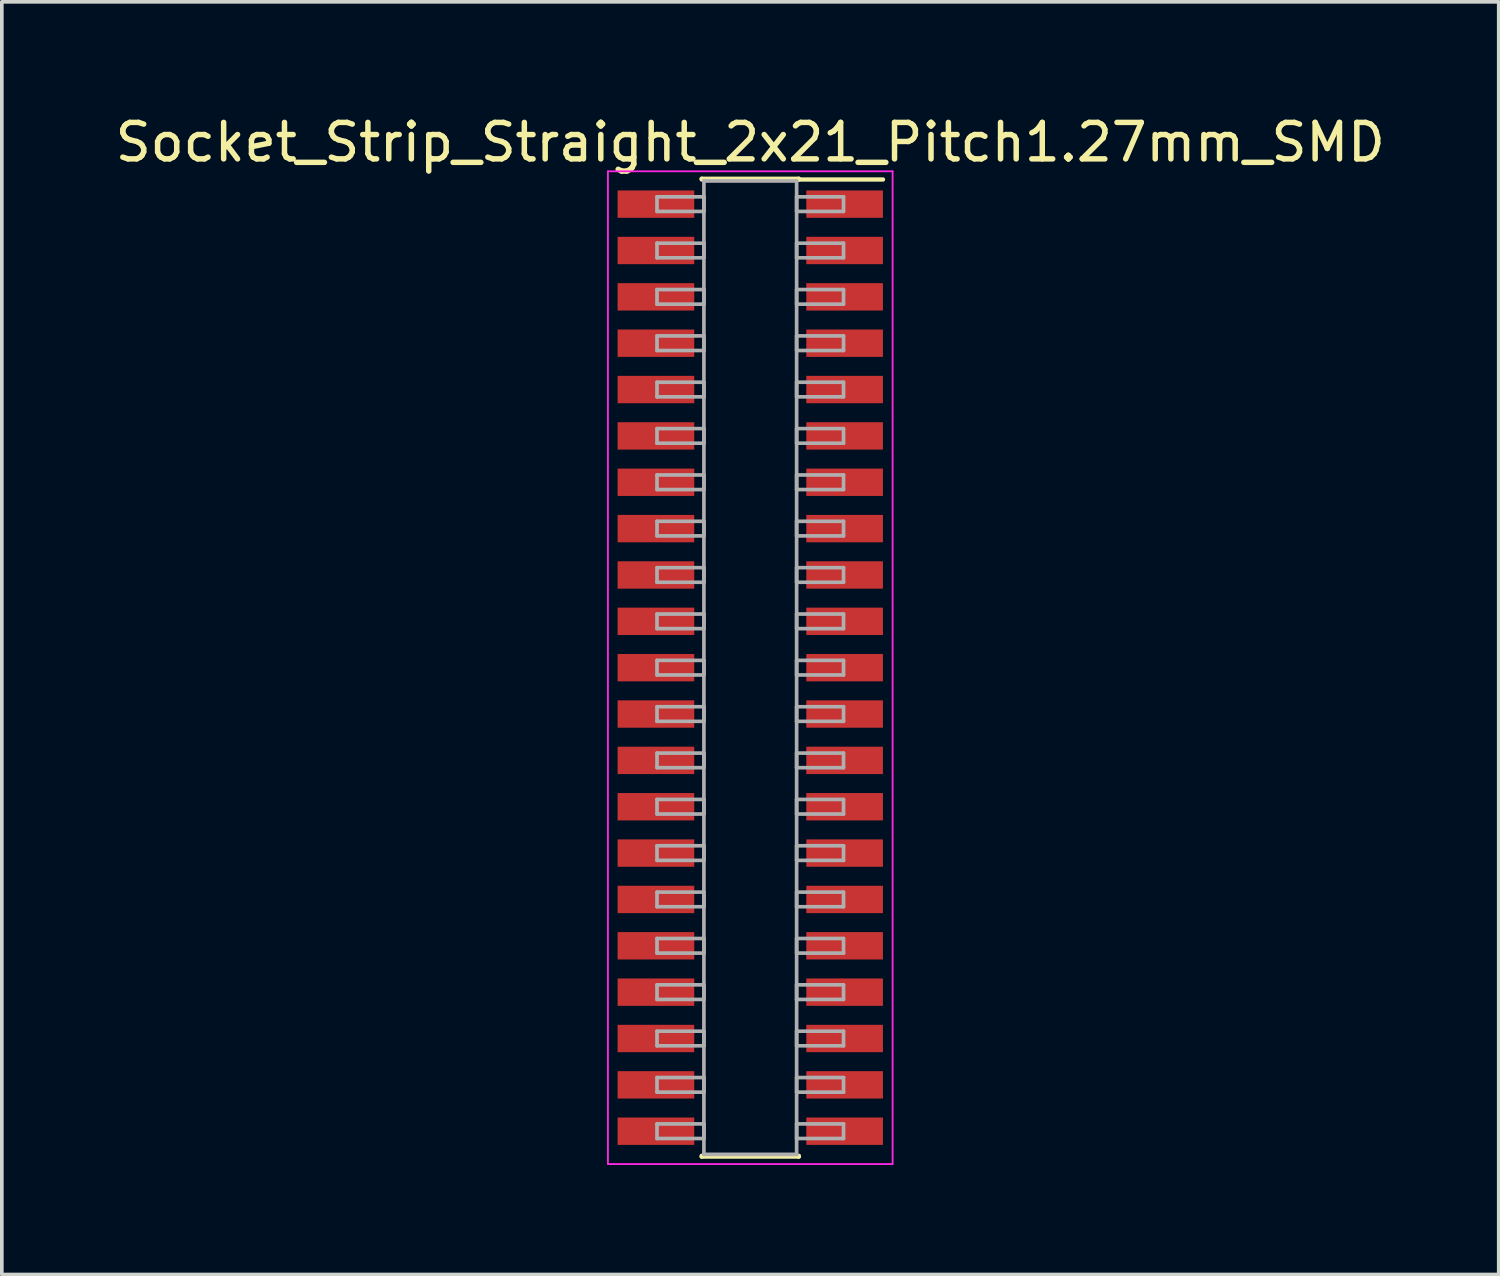
<source format=kicad_pcb>
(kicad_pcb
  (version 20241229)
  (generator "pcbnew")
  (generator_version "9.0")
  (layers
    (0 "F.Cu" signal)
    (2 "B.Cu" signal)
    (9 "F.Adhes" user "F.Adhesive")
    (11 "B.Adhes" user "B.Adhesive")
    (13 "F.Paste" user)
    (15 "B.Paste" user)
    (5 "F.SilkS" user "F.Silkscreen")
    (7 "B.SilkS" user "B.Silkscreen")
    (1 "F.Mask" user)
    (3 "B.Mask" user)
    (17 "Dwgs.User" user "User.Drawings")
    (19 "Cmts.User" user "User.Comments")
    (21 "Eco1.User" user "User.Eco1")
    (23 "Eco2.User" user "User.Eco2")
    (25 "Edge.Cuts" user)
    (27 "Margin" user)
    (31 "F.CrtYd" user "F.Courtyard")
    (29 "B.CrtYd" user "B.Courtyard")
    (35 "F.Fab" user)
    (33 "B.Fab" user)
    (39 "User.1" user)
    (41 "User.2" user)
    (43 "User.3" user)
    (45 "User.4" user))
  (footprint "Socket_Strip_Straight_2x21_Pitch1.27mm_SMD"
    (layer "F.Cu")
    (at 17.506 15.243)
    (property "Reference" "Socket_Strip_Straight_2x21_Pitch1.27mm_SMD" (at 0 -14.395 0) (layer "F.SilkS") (effects (font (size 1 1) (thickness 0.15))))
    (attr smd)
    (fp_line (start -1.33 -13.395) (end 1.33 -13.395) (stroke (width 0.12) (type solid)) (layer "F.SilkS"))
    (fp_line (start -1.33 -13.375) (end -1.33 -13.395) (stroke (width 0.12) (type solid)) (layer "F.SilkS"))
    (fp_line (start -1.33 13.375) (end -1.33 13.395) (stroke (width 0.12) (type solid)) (layer "F.SilkS"))
    (fp_line (start -1.33 13.395) (end 1.33 13.395) (stroke (width 0.12) (type solid)) (layer "F.SilkS"))
    (fp_line (start 1.33 -13.395) (end 1.33 -13.375) (stroke (width 0.12) (type solid)) (layer "F.SilkS"))
    (fp_line (start 1.33 13.395) (end 1.33 13.375) (stroke (width 0.12) (type solid)) (layer "F.SilkS"))
    (fp_line (start 3.635 -13.375) (end 1.33 -13.375) (stroke (width 0.12) (type solid)) (layer "F.SilkS"))
    (fp_line (start -3.9 -13.6) (end -3.9 13.6) (stroke (width 0.05) (type solid)) (layer "F.CrtYd"))
    (fp_line (start -3.9 13.6) (end 3.9 13.6) (stroke (width 0.05) (type solid)) (layer "F.CrtYd"))
    (fp_line (start 3.9 -13.6) (end -3.9 -13.6) (stroke (width 0.05) (type solid)) (layer "F.CrtYd"))
    (fp_line (start 3.9 13.6) (end 3.9 -13.6) (stroke (width 0.05) (type solid)) (layer "F.CrtYd"))
    (fp_line (start -2.555 -12.9) (end -1.27 -12.9) (stroke (width 0.1) (type solid)) (layer "F.Fab"))
    (fp_line (start -2.555 -12.5) (end -2.555 -12.9) (stroke (width 0.1) (type solid)) (layer "F.Fab"))
    (fp_line (start -2.555 -11.63) (end -1.27 -11.63) (stroke (width 0.1) (type solid)) (layer "F.Fab"))
    (fp_line (start -2.555 -11.23) (end -2.555 -11.63) (stroke (width 0.1) (type solid)) (layer "F.Fab"))
    (fp_line (start -2.555 -10.36) (end -1.27 -10.36) (stroke (width 0.1) (type solid)) (layer "F.Fab"))
    (fp_line (start -2.555 -9.96) (end -2.555 -10.36) (stroke (width 0.1) (type solid)) (layer "F.Fab"))
    (fp_line (start -2.555 -9.09) (end -1.27 -9.09) (stroke (width 0.1) (type solid)) (layer "F.Fab"))
    (fp_line (start -2.555 -8.69) (end -2.555 -9.09) (stroke (width 0.1) (type solid)) (layer "F.Fab"))
    (fp_line (start -2.555 -7.82) (end -1.27 -7.82) (stroke (width 0.1) (type solid)) (layer "F.Fab"))
    (fp_line (start -2.555 -7.42) (end -2.555 -7.82) (stroke (width 0.1) (type solid)) (layer "F.Fab"))
    (fp_line (start -2.555 -6.55) (end -1.27 -6.55) (stroke (width 0.1) (type solid)) (layer "F.Fab"))
    (fp_line (start -2.555 -6.15) (end -2.555 -6.55) (stroke (width 0.1) (type solid)) (layer "F.Fab"))
    (fp_line (start -2.555 -5.28) (end -1.27 -5.28) (stroke (width 0.1) (type solid)) (layer "F.Fab"))
    (fp_line (start -2.555 -4.88) (end -2.555 -5.28) (stroke (width 0.1) (type solid)) (layer "F.Fab"))
    (fp_line (start -2.555 -4.01) (end -1.27 -4.01) (stroke (width 0.1) (type solid)) (layer "F.Fab"))
    (fp_line (start -2.555 -3.61) (end -2.555 -4.01) (stroke (width 0.1) (type solid)) (layer "F.Fab"))
    (fp_line (start -2.555 -2.74) (end -1.27 -2.74) (stroke (width 0.1) (type solid)) (layer "F.Fab"))
    (fp_line (start -2.555 -2.34) (end -2.555 -2.74) (stroke (width 0.1) (type solid)) (layer "F.Fab"))
    (fp_line (start -2.555 -1.47) (end -1.27 -1.47) (stroke (width 0.1) (type solid)) (layer "F.Fab"))
    (fp_line (start -2.555 -1.07) (end -2.555 -1.47) (stroke (width 0.1) (type solid)) (layer "F.Fab"))
    (fp_line (start -2.555 -0.2) (end -1.27 -0.2) (stroke (width 0.1) (type solid)) (layer "F.Fab"))
    (fp_line (start -2.555 0.2) (end -2.555 -0.2) (stroke (width 0.1) (type solid)) (layer "F.Fab"))
    (fp_line (start -2.555 1.07) (end -1.27 1.07) (stroke (width 0.1) (type solid)) (layer "F.Fab"))
    (fp_line (start -2.555 1.47) (end -2.555 1.07) (stroke (width 0.1) (type solid)) (layer "F.Fab"))
    (fp_line (start -2.555 2.34) (end -1.27 2.34) (stroke (width 0.1) (type solid)) (layer "F.Fab"))
    (fp_line (start -2.555 2.74) (end -2.555 2.34) (stroke (width 0.1) (type solid)) (layer "F.Fab"))
    (fp_line (start -2.555 3.61) (end -1.27 3.61) (stroke (width 0.1) (type solid)) (layer "F.Fab"))
    (fp_line (start -2.555 4.01) (end -2.555 3.61) (stroke (width 0.1) (type solid)) (layer "F.Fab"))
    (fp_line (start -2.555 4.88) (end -1.27 4.88) (stroke (width 0.1) (type solid)) (layer "F.Fab"))
    (fp_line (start -2.555 5.28) (end -2.555 4.88) (stroke (width 0.1) (type solid)) (layer "F.Fab"))
    (fp_line (start -2.555 6.15) (end -1.27 6.15) (stroke (width 0.1) (type solid)) (layer "F.Fab"))
    (fp_line (start -2.555 6.55) (end -2.555 6.15) (stroke (width 0.1) (type solid)) (layer "F.Fab"))
    (fp_line (start -2.555 7.42) (end -1.27 7.42) (stroke (width 0.1) (type solid)) (layer "F.Fab"))
    (fp_line (start -2.555 7.82) (end -2.555 7.42) (stroke (width 0.1) (type solid)) (layer "F.Fab"))
    (fp_line (start -2.555 8.69) (end -1.27 8.69) (stroke (width 0.1) (type solid)) (layer "F.Fab"))
    (fp_line (start -2.555 9.09) (end -2.555 8.69) (stroke (width 0.1) (type solid)) (layer "F.Fab"))
    (fp_line (start -2.555 9.96) (end -1.27 9.96) (stroke (width 0.1) (type solid)) (layer "F.Fab"))
    (fp_line (start -2.555 10.36) (end -2.555 9.96) (stroke (width 0.1) (type solid)) (layer "F.Fab"))
    (fp_line (start -2.555 11.23) (end -1.27 11.23) (stroke (width 0.1) (type solid)) (layer "F.Fab"))
    (fp_line (start -2.555 11.63) (end -2.555 11.23) (stroke (width 0.1) (type solid)) (layer "F.Fab"))
    (fp_line (start -2.555 12.5) (end -1.27 12.5) (stroke (width 0.1) (type solid)) (layer "F.Fab"))
    (fp_line (start -2.555 12.9) (end -2.555 12.5) (stroke (width 0.1) (type solid)) (layer "F.Fab"))
    (fp_line (start -1.27 -13.335) (end -1.27 13.335) (stroke (width 0.1) (type solid)) (layer "F.Fab"))
    (fp_line (start -1.27 -12.9) (end -1.27 -12.5) (stroke (width 0.1) (type solid)) (layer "F.Fab"))
    (fp_line (start -1.27 -12.5) (end -2.555 -12.5) (stroke (width 0.1) (type solid)) (layer "F.Fab"))
    (fp_line (start -1.27 -11.63) (end -1.27 -11.23) (stroke (width 0.1) (type solid)) (layer "F.Fab"))
    (fp_line (start -1.27 -11.23) (end -2.555 -11.23) (stroke (width 0.1) (type solid)) (layer "F.Fab"))
    (fp_line (start -1.27 -10.36) (end -1.27 -9.96) (stroke (width 0.1) (type solid)) (layer "F.Fab"))
    (fp_line (start -1.27 -9.96) (end -2.555 -9.96) (stroke (width 0.1) (type solid)) (layer "F.Fab"))
    (fp_line (start -1.27 -9.09) (end -1.27 -8.69) (stroke (width 0.1) (type solid)) (layer "F.Fab"))
    (fp_line (start -1.27 -8.69) (end -2.555 -8.69) (stroke (width 0.1) (type solid)) (layer "F.Fab"))
    (fp_line (start -1.27 -7.82) (end -1.27 -7.42) (stroke (width 0.1) (type solid)) (layer "F.Fab"))
    (fp_line (start -1.27 -7.42) (end -2.555 -7.42) (stroke (width 0.1) (type solid)) (layer "F.Fab"))
    (fp_line (start -1.27 -6.55) (end -1.27 -6.15) (stroke (width 0.1) (type solid)) (layer "F.Fab"))
    (fp_line (start -1.27 -6.15) (end -2.555 -6.15) (stroke (width 0.1) (type solid)) (layer "F.Fab"))
    (fp_line (start -1.27 -5.28) (end -1.27 -4.88) (stroke (width 0.1) (type solid)) (layer "F.Fab"))
    (fp_line (start -1.27 -4.88) (end -2.555 -4.88) (stroke (width 0.1) (type solid)) (layer "F.Fab"))
    (fp_line (start -1.27 -4.01) (end -1.27 -3.61) (stroke (width 0.1) (type solid)) (layer "F.Fab"))
    (fp_line (start -1.27 -3.61) (end -2.555 -3.61) (stroke (width 0.1) (type solid)) (layer "F.Fab"))
    (fp_line (start -1.27 -2.74) (end -1.27 -2.34) (stroke (width 0.1) (type solid)) (layer "F.Fab"))
    (fp_line (start -1.27 -2.34) (end -2.555 -2.34) (stroke (width 0.1) (type solid)) (layer "F.Fab"))
    (fp_line (start -1.27 -1.47) (end -1.27 -1.07) (stroke (width 0.1) (type solid)) (layer "F.Fab"))
    (fp_line (start -1.27 -1.07) (end -2.555 -1.07) (stroke (width 0.1) (type solid)) (layer "F.Fab"))
    (fp_line (start -1.27 -0.2) (end -1.27 0.2) (stroke (width 0.1) (type solid)) (layer "F.Fab"))
    (fp_line (start -1.27 0.2) (end -2.555 0.2) (stroke (width 0.1) (type solid)) (layer "F.Fab"))
    (fp_line (start -1.27 1.07) (end -1.27 1.47) (stroke (width 0.1) (type solid)) (layer "F.Fab"))
    (fp_line (start -1.27 1.47) (end -2.555 1.47) (stroke (width 0.1) (type solid)) (layer "F.Fab"))
    (fp_line (start -1.27 2.34) (end -1.27 2.74) (stroke (width 0.1) (type solid)) (layer "F.Fab"))
    (fp_line (start -1.27 2.74) (end -2.555 2.74) (stroke (width 0.1) (type solid)) (layer "F.Fab"))
    (fp_line (start -1.27 3.61) (end -1.27 4.01) (stroke (width 0.1) (type solid)) (layer "F.Fab"))
    (fp_line (start -1.27 4.01) (end -2.555 4.01) (stroke (width 0.1) (type solid)) (layer "F.Fab"))
    (fp_line (start -1.27 4.88) (end -1.27 5.28) (stroke (width 0.1) (type solid)) (layer "F.Fab"))
    (fp_line (start -1.27 5.28) (end -2.555 5.28) (stroke (width 0.1) (type solid)) (layer "F.Fab"))
    (fp_line (start -1.27 6.15) (end -1.27 6.55) (stroke (width 0.1) (type solid)) (layer "F.Fab"))
    (fp_line (start -1.27 6.55) (end -2.555 6.55) (stroke (width 0.1) (type solid)) (layer "F.Fab"))
    (fp_line (start -1.27 7.42) (end -1.27 7.82) (stroke (width 0.1) (type solid)) (layer "F.Fab"))
    (fp_line (start -1.27 7.82) (end -2.555 7.82) (stroke (width 0.1) (type solid)) (layer "F.Fab"))
    (fp_line (start -1.27 8.69) (end -1.27 9.09) (stroke (width 0.1) (type solid)) (layer "F.Fab"))
    (fp_line (start -1.27 9.09) (end -2.555 9.09) (stroke (width 0.1) (type solid)) (layer "F.Fab"))
    (fp_line (start -1.27 9.96) (end -1.27 10.36) (stroke (width 0.1) (type solid)) (layer "F.Fab"))
    (fp_line (start -1.27 10.36) (end -2.555 10.36) (stroke (width 0.1) (type solid)) (layer "F.Fab"))
    (fp_line (start -1.27 11.23) (end -1.27 11.63) (stroke (width 0.1) (type solid)) (layer "F.Fab"))
    (fp_line (start -1.27 11.63) (end -2.555 11.63) (stroke (width 0.1) (type solid)) (layer "F.Fab"))
    (fp_line (start -1.27 12.5) (end -1.27 12.9) (stroke (width 0.1) (type solid)) (layer "F.Fab"))
    (fp_line (start -1.27 12.9) (end -2.555 12.9) (stroke (width 0.1) (type solid)) (layer "F.Fab"))
    (fp_line (start -1.27 13.335) (end 1.27 13.335) (stroke (width 0.1) (type solid)) (layer "F.Fab"))
    (fp_line (start 1.27 -13.335) (end -1.27 -13.335) (stroke (width 0.1) (type solid)) (layer "F.Fab"))
    (fp_line (start 1.27 -12.9) (end 1.27 -12.5) (stroke (width 0.1) (type solid)) (layer "F.Fab"))
    (fp_line (start 1.27 -12.5) (end 2.555 -12.5) (stroke (width 0.1) (type solid)) (layer "F.Fab"))
    (fp_line (start 1.27 -11.63) (end 1.27 -11.23) (stroke (width 0.1) (type solid)) (layer "F.Fab"))
    (fp_line (start 1.27 -11.23) (end 2.555 -11.23) (stroke (width 0.1) (type solid)) (layer "F.Fab"))
    (fp_line (start 1.27 -10.36) (end 1.27 -9.96) (stroke (width 0.1) (type solid)) (layer "F.Fab"))
    (fp_line (start 1.27 -9.96) (end 2.555 -9.96) (stroke (width 0.1) (type solid)) (layer "F.Fab"))
    (fp_line (start 1.27 -9.09) (end 1.27 -8.69) (stroke (width 0.1) (type solid)) (layer "F.Fab"))
    (fp_line (start 1.27 -8.69) (end 2.555 -8.69) (stroke (width 0.1) (type solid)) (layer "F.Fab"))
    (fp_line (start 1.27 -7.82) (end 1.27 -7.42) (stroke (width 0.1) (type solid)) (layer "F.Fab"))
    (fp_line (start 1.27 -7.42) (end 2.555 -7.42) (stroke (width 0.1) (type solid)) (layer "F.Fab"))
    (fp_line (start 1.27 -6.55) (end 1.27 -6.15) (stroke (width 0.1) (type solid)) (layer "F.Fab"))
    (fp_line (start 1.27 -6.15) (end 2.555 -6.15) (stroke (width 0.1) (type solid)) (layer "F.Fab"))
    (fp_line (start 1.27 -5.28) (end 1.27 -4.88) (stroke (width 0.1) (type solid)) (layer "F.Fab"))
    (fp_line (start 1.27 -4.88) (end 2.555 -4.88) (stroke (width 0.1) (type solid)) (layer "F.Fab"))
    (fp_line (start 1.27 -4.01) (end 1.27 -3.61) (stroke (width 0.1) (type solid)) (layer "F.Fab"))
    (fp_line (start 1.27 -3.61) (end 2.555 -3.61) (stroke (width 0.1) (type solid)) (layer "F.Fab"))
    (fp_line (start 1.27 -2.74) (end 1.27 -2.34) (stroke (width 0.1) (type solid)) (layer "F.Fab"))
    (fp_line (start 1.27 -2.34) (end 2.555 -2.34) (stroke (width 0.1) (type solid)) (layer "F.Fab"))
    (fp_line (start 1.27 -1.47) (end 1.27 -1.07) (stroke (width 0.1) (type solid)) (layer "F.Fab"))
    (fp_line (start 1.27 -1.07) (end 2.555 -1.07) (stroke (width 0.1) (type solid)) (layer "F.Fab"))
    (fp_line (start 1.27 -0.2) (end 1.27 0.2) (stroke (width 0.1) (type solid)) (layer "F.Fab"))
    (fp_line (start 1.27 0.2) (end 2.555 0.2) (stroke (width 0.1) (type solid)) (layer "F.Fab"))
    (fp_line (start 1.27 1.07) (end 1.27 1.47) (stroke (width 0.1) (type solid)) (layer "F.Fab"))
    (fp_line (start 1.27 1.47) (end 2.555 1.47) (stroke (width 0.1) (type solid)) (layer "F.Fab"))
    (fp_line (start 1.27 2.34) (end 1.27 2.74) (stroke (width 0.1) (type solid)) (layer "F.Fab"))
    (fp_line (start 1.27 2.74) (end 2.555 2.74) (stroke (width 0.1) (type solid)) (layer "F.Fab"))
    (fp_line (start 1.27 3.61) (end 1.27 4.01) (stroke (width 0.1) (type solid)) (layer "F.Fab"))
    (fp_line (start 1.27 4.01) (end 2.555 4.01) (stroke (width 0.1) (type solid)) (layer "F.Fab"))
    (fp_line (start 1.27 4.88) (end 1.27 5.28) (stroke (width 0.1) (type solid)) (layer "F.Fab"))
    (fp_line (start 1.27 5.28) (end 2.555 5.28) (stroke (width 0.1) (type solid)) (layer "F.Fab"))
    (fp_line (start 1.27 6.15) (end 1.27 6.55) (stroke (width 0.1) (type solid)) (layer "F.Fab"))
    (fp_line (start 1.27 6.55) (end 2.555 6.55) (stroke (width 0.1) (type solid)) (layer "F.Fab"))
    (fp_line (start 1.27 7.42) (end 1.27 7.82) (stroke (width 0.1) (type solid)) (layer "F.Fab"))
    (fp_line (start 1.27 7.82) (end 2.555 7.82) (stroke (width 0.1) (type solid)) (layer "F.Fab"))
    (fp_line (start 1.27 8.69) (end 1.27 9.09) (stroke (width 0.1) (type solid)) (layer "F.Fab"))
    (fp_line (start 1.27 9.09) (end 2.555 9.09) (stroke (width 0.1) (type solid)) (layer "F.Fab"))
    (fp_line (start 1.27 9.96) (end 1.27 10.36) (stroke (width 0.1) (type solid)) (layer "F.Fab"))
    (fp_line (start 1.27 10.36) (end 2.555 10.36) (stroke (width 0.1) (type solid)) (layer "F.Fab"))
    (fp_line (start 1.27 11.23) (end 1.27 11.63) (stroke (width 0.1) (type solid)) (layer "F.Fab"))
    (fp_line (start 1.27 11.63) (end 2.555 11.63) (stroke (width 0.1) (type solid)) (layer "F.Fab"))
    (fp_line (start 1.27 12.5) (end 1.27 12.9) (stroke (width 0.1) (type solid)) (layer "F.Fab"))
    (fp_line (start 1.27 12.9) (end 2.555 12.9) (stroke (width 0.1) (type solid)) (layer "F.Fab"))
    (fp_line (start 1.27 13.335) (end 1.27 -13.335) (stroke (width 0.1) (type solid)) (layer "F.Fab"))
    (fp_line (start 2.555 -12.9) (end 1.27 -12.9) (stroke (width 0.1) (type solid)) (layer "F.Fab"))
    (fp_line (start 2.555 -12.5) (end 2.555 -12.9) (stroke (width 0.1) (type solid)) (layer "F.Fab"))
    (fp_line (start 2.555 -11.63) (end 1.27 -11.63) (stroke (width 0.1) (type solid)) (layer "F.Fab"))
    (fp_line (start 2.555 -11.23) (end 2.555 -11.63) (stroke (width 0.1) (type solid)) (layer "F.Fab"))
    (fp_line (start 2.555 -10.36) (end 1.27 -10.36) (stroke (width 0.1) (type solid)) (layer "F.Fab"))
    (fp_line (start 2.555 -9.96) (end 2.555 -10.36) (stroke (width 0.1) (type solid)) (layer "F.Fab"))
    (fp_line (start 2.555 -9.09) (end 1.27 -9.09) (stroke (width 0.1) (type solid)) (layer "F.Fab"))
    (fp_line (start 2.555 -8.69) (end 2.555 -9.09) (stroke (width 0.1) (type solid)) (layer "F.Fab"))
    (fp_line (start 2.555 -7.82) (end 1.27 -7.82) (stroke (width 0.1) (type solid)) (layer "F.Fab"))
    (fp_line (start 2.555 -7.42) (end 2.555 -7.82) (stroke (width 0.1) (type solid)) (layer "F.Fab"))
    (fp_line (start 2.555 -6.55) (end 1.27 -6.55) (stroke (width 0.1) (type solid)) (layer "F.Fab"))
    (fp_line (start 2.555 -6.15) (end 2.555 -6.55) (stroke (width 0.1) (type solid)) (layer "F.Fab"))
    (fp_line (start 2.555 -5.28) (end 1.27 -5.28) (stroke (width 0.1) (type solid)) (layer "F.Fab"))
    (fp_line (start 2.555 -4.88) (end 2.555 -5.28) (stroke (width 0.1) (type solid)) (layer "F.Fab"))
    (fp_line (start 2.555 -4.01) (end 1.27 -4.01) (stroke (width 0.1) (type solid)) (layer "F.Fab"))
    (fp_line (start 2.555 -3.61) (end 2.555 -4.01) (stroke (width 0.1) (type solid)) (layer "F.Fab"))
    (fp_line (start 2.555 -2.74) (end 1.27 -2.74) (stroke (width 0.1) (type solid)) (layer "F.Fab"))
    (fp_line (start 2.555 -2.34) (end 2.555 -2.74) (stroke (width 0.1) (type solid)) (layer "F.Fab"))
    (fp_line (start 2.555 -1.47) (end 1.27 -1.47) (stroke (width 0.1) (type solid)) (layer "F.Fab"))
    (fp_line (start 2.555 -1.07) (end 2.555 -1.47) (stroke (width 0.1) (type solid)) (layer "F.Fab"))
    (fp_line (start 2.555 -0.2) (end 1.27 -0.2) (stroke (width 0.1) (type solid)) (layer "F.Fab"))
    (fp_line (start 2.555 0.2) (end 2.555 -0.2) (stroke (width 0.1) (type solid)) (layer "F.Fab"))
    (fp_line (start 2.555 1.07) (end 1.27 1.07) (stroke (width 0.1) (type solid)) (layer "F.Fab"))
    (fp_line (start 2.555 1.47) (end 2.555 1.07) (stroke (width 0.1) (type solid)) (layer "F.Fab"))
    (fp_line (start 2.555 2.34) (end 1.27 2.34) (stroke (width 0.1) (type solid)) (layer "F.Fab"))
    (fp_line (start 2.555 2.74) (end 2.555 2.34) (stroke (width 0.1) (type solid)) (layer "F.Fab"))
    (fp_line (start 2.555 3.61) (end 1.27 3.61) (stroke (width 0.1) (type solid)) (layer "F.Fab"))
    (fp_line (start 2.555 4.01) (end 2.555 3.61) (stroke (width 0.1) (type solid)) (layer "F.Fab"))
    (fp_line (start 2.555 4.88) (end 1.27 4.88) (stroke (width 0.1) (type solid)) (layer "F.Fab"))
    (fp_line (start 2.555 5.28) (end 2.555 4.88) (stroke (width 0.1) (type solid)) (layer "F.Fab"))
    (fp_line (start 2.555 6.15) (end 1.27 6.15) (stroke (width 0.1) (type solid)) (layer "F.Fab"))
    (fp_line (start 2.555 6.55) (end 2.555 6.15) (stroke (width 0.1) (type solid)) (layer "F.Fab"))
    (fp_line (start 2.555 7.42) (end 1.27 7.42) (stroke (width 0.1) (type solid)) (layer "F.Fab"))
    (fp_line (start 2.555 7.82) (end 2.555 7.42) (stroke (width 0.1) (type solid)) (layer "F.Fab"))
    (fp_line (start 2.555 8.69) (end 1.27 8.69) (stroke (width 0.1) (type solid)) (layer "F.Fab"))
    (fp_line (start 2.555 9.09) (end 2.555 8.69) (stroke (width 0.1) (type solid)) (layer "F.Fab"))
    (fp_line (start 2.555 9.96) (end 1.27 9.96) (stroke (width 0.1) (type solid)) (layer "F.Fab"))
    (fp_line (start 2.555 10.36) (end 2.555 9.96) (stroke (width 0.1) (type solid)) (layer "F.Fab"))
    (fp_line (start 2.555 11.23) (end 1.27 11.23) (stroke (width 0.1) (type solid)) (layer "F.Fab"))
    (fp_line (start 2.555 11.63) (end 2.555 11.23) (stroke (width 0.1) (type solid)) (layer "F.Fab"))
    (fp_line (start 2.555 12.5) (end 1.27 12.5) (stroke (width 0.1) (type solid)) (layer "F.Fab"))
    (fp_line (start 2.555 12.9) (end 2.555 12.5) (stroke (width 0.1) (type solid)) (layer "F.Fab"))
    (pad "1" smd rect (at 2.585 -12.7) (size 2.1 0.75) (layers "F.Cu" "F.Mask"))
    (pad "2" smd rect (at -2.585 -12.7) (size 2.1 0.75) (layers "F.Cu" "F.Mask"))
    (pad "3" smd rect (at 2.585 -11.43) (size 2.1 0.75) (layers "F.Cu" "F.Mask"))
    (pad "4" smd rect (at -2.585 -11.43) (size 2.1 0.75) (layers "F.Cu" "F.Mask"))
    (pad "5" smd rect (at 2.585 -10.16) (size 2.1 0.75) (layers "F.Cu" "F.Mask"))
    (pad "6" smd rect (at -2.585 -10.16) (size 2.1 0.75) (layers "F.Cu" "F.Mask"))
    (pad "7" smd rect (at 2.585 -8.89) (size 2.1 0.75) (layers "F.Cu" "F.Mask"))
    (pad "8" smd rect (at -2.585 -8.89) (size 2.1 0.75) (layers "F.Cu" "F.Mask"))
    (pad "9" smd rect (at 2.585 -7.62) (size 2.1 0.75) (layers "F.Cu" "F.Mask"))
    (pad "10" smd rect (at -2.585 -7.62) (size 2.1 0.75) (layers "F.Cu" "F.Mask"))
    (pad "11" smd rect (at 2.585 -6.35) (size 2.1 0.75) (layers "F.Cu" "F.Mask"))
    (pad "12" smd rect (at -2.585 -6.35) (size 2.1 0.75) (layers "F.Cu" "F.Mask"))
    (pad "13" smd rect (at 2.585 -5.08) (size 2.1 0.75) (layers "F.Cu" "F.Mask"))
    (pad "14" smd rect (at -2.585 -5.08) (size 2.1 0.75) (layers "F.Cu" "F.Mask"))
    (pad "15" smd rect (at 2.585 -3.81) (size 2.1 0.75) (layers "F.Cu" "F.Mask"))
    (pad "16" smd rect (at -2.585 -3.81) (size 2.1 0.75) (layers "F.Cu" "F.Mask"))
    (pad "17" smd rect (at 2.585 -2.54) (size 2.1 0.75) (layers "F.Cu" "F.Mask"))
    (pad "18" smd rect (at -2.585 -2.54) (size 2.1 0.75) (layers "F.Cu" "F.Mask"))
    (pad "19" smd rect (at 2.585 -1.27) (size 2.1 0.75) (layers "F.Cu" "F.Mask"))
    (pad "20" smd rect (at -2.585 -1.27) (size 2.1 0.75) (layers "F.Cu" "F.Mask"))
    (pad "21" smd rect (at 2.585 0) (size 2.1 0.75) (layers "F.Cu" "F.Mask"))
    (pad "22" smd rect (at -2.585 0) (size 2.1 0.75) (layers "F.Cu" "F.Mask"))
    (pad "23" smd rect (at 2.585 1.27) (size 2.1 0.75) (layers "F.Cu" "F.Mask"))
    (pad "24" smd rect (at -2.585 1.27) (size 2.1 0.75) (layers "F.Cu" "F.Mask"))
    (pad "25" smd rect (at 2.585 2.54) (size 2.1 0.75) (layers "F.Cu" "F.Mask"))
    (pad "26" smd rect (at -2.585 2.54) (size 2.1 0.75) (layers "F.Cu" "F.Mask"))
    (pad "27" smd rect (at 2.585 3.81) (size 2.1 0.75) (layers "F.Cu" "F.Mask"))
    (pad "28" smd rect (at -2.585 3.81) (size 2.1 0.75) (layers "F.Cu" "F.Mask"))
    (pad "29" smd rect (at 2.585 5.08) (size 2.1 0.75) (layers "F.Cu" "F.Mask"))
    (pad "30" smd rect (at -2.585 5.08) (size 2.1 0.75) (layers "F.Cu" "F.Mask"))
    (pad "31" smd rect (at 2.585 6.35) (size 2.1 0.75) (layers "F.Cu" "F.Mask"))
    (pad "32" smd rect (at -2.585 6.35) (size 2.1 0.75) (layers "F.Cu" "F.Mask"))
    (pad "33" smd rect (at 2.585 7.62) (size 2.1 0.75) (layers "F.Cu" "F.Mask"))
    (pad "34" smd rect (at -2.585 7.62) (size 2.1 0.75) (layers "F.Cu" "F.Mask"))
    (pad "35" smd rect (at 2.585 8.89) (size 2.1 0.75) (layers "F.Cu" "F.Mask"))
    (pad "36" smd rect (at -2.585 8.89) (size 2.1 0.75) (layers "F.Cu" "F.Mask"))
    (pad "37" smd rect (at 2.585 10.16) (size 2.1 0.75) (layers "F.Cu" "F.Mask"))
    (pad "38" smd rect (at -2.585 10.16) (size 2.1 0.75) (layers "F.Cu" "F.Mask"))
    (pad "39" smd rect (at 2.585 11.43) (size 2.1 0.75) (layers "F.Cu" "F.Mask"))
    (pad "40" smd rect (at -2.585 11.43) (size 2.1 0.75) (layers "F.Cu" "F.Mask"))
    (pad "41" smd rect (at 2.585 12.7) (size 2.1 0.75) (layers "F.Cu" "F.Mask"))
    (pad "42" smd rect (at -2.585 12.7) (size 2.1 0.75) (layers "F.Cu" "F.Mask")))
  (gr_rect
    (start -3 -3)
    (end 38.012 31.868)
    (stroke (width 0.1) (type default))
    (fill no)
    (layer "Edge.Cuts")))
</source>
